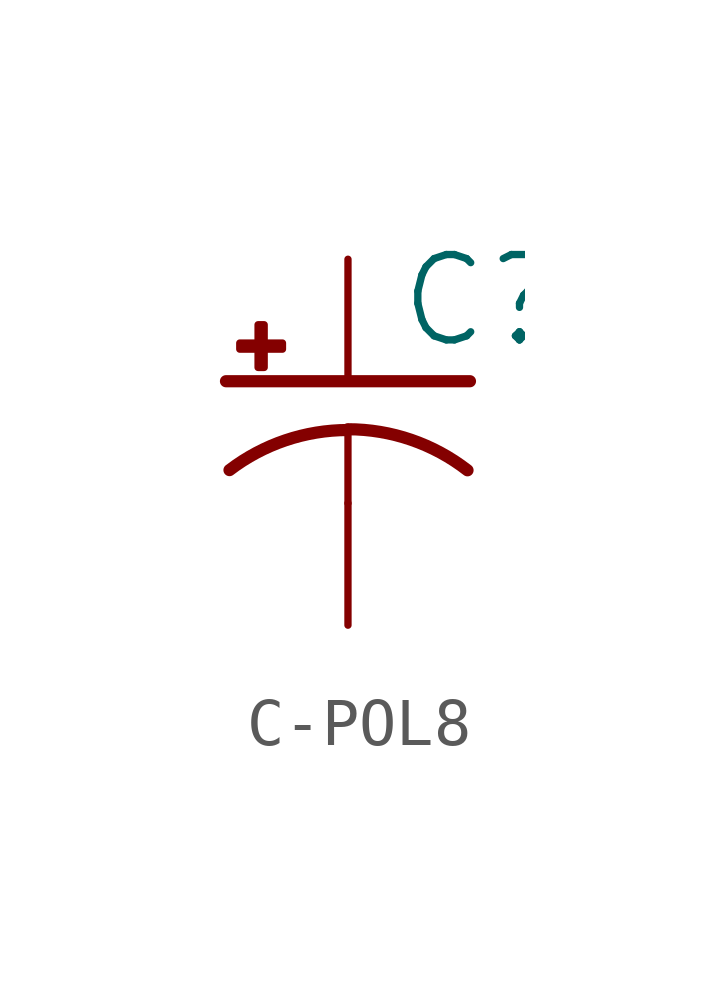
<source format=kicad_sym>
(kicad_symbol_lib
  (version 20231120)
  (generator "kicad_symbol_editor")
  (generator_version "8.0")
  (symbol "C-POL8"
    (property "Reference" "C"
      (at 1.016 0.635 0)
      (effects (font (size 1.778 1.778)) (justify left bottom)))
    (property "Value" ""
      (at 1.016 -4.191 0)
      (effects (font (size 1.778 1.778)) (justify left bottom)))
    (property "ki_locked" ""
      (at 0 0 0)
      (effects (font (size 1.27 1.27))))
    (symbol "C-POL8_1_0"
      (rectangle (start -2.253 0.668) (end -1.364 0.795) (stroke (width 0) (type default)) (fill (type outline)))
      (rectangle (start -1.872 0.287) (end -1.745 1.176) (stroke (width 0) (type default)) (fill (type outline)))
      (arc (start 0 -1.0161) (mid -1.3021 -1.2303) (end -2.4669 -1.8504) (stroke (width 0.254) (type solid)) (fill (type none)))
      (polyline (pts (xy -2.54 0) (xy 2.54 0)) (stroke (width 0.254) (type solid)) (fill (type none)))
      (polyline (pts (xy 0 -1.016) (xy 0 -2.54)) (stroke (width 0.152) (type solid)) (fill (type none)))
      (arc (start 2.4892 -1.8541) (mid 1.3158 -1.2194) (end 0 -1) (stroke (width 0.254) (type solid)) (fill (type none)))
      (pin passive line (at 0 2.54 270) (length 2.54) (name "+" (effects (font (size 0 0)))) (number "+" (effects (font (size 0 0)))))
      (pin passive line (at 0 -5.08 90) (length 2.54) (name "-" (effects (font (size 0 0)))) (number "-" (effects (font (size 0 0))))))))
</source>
